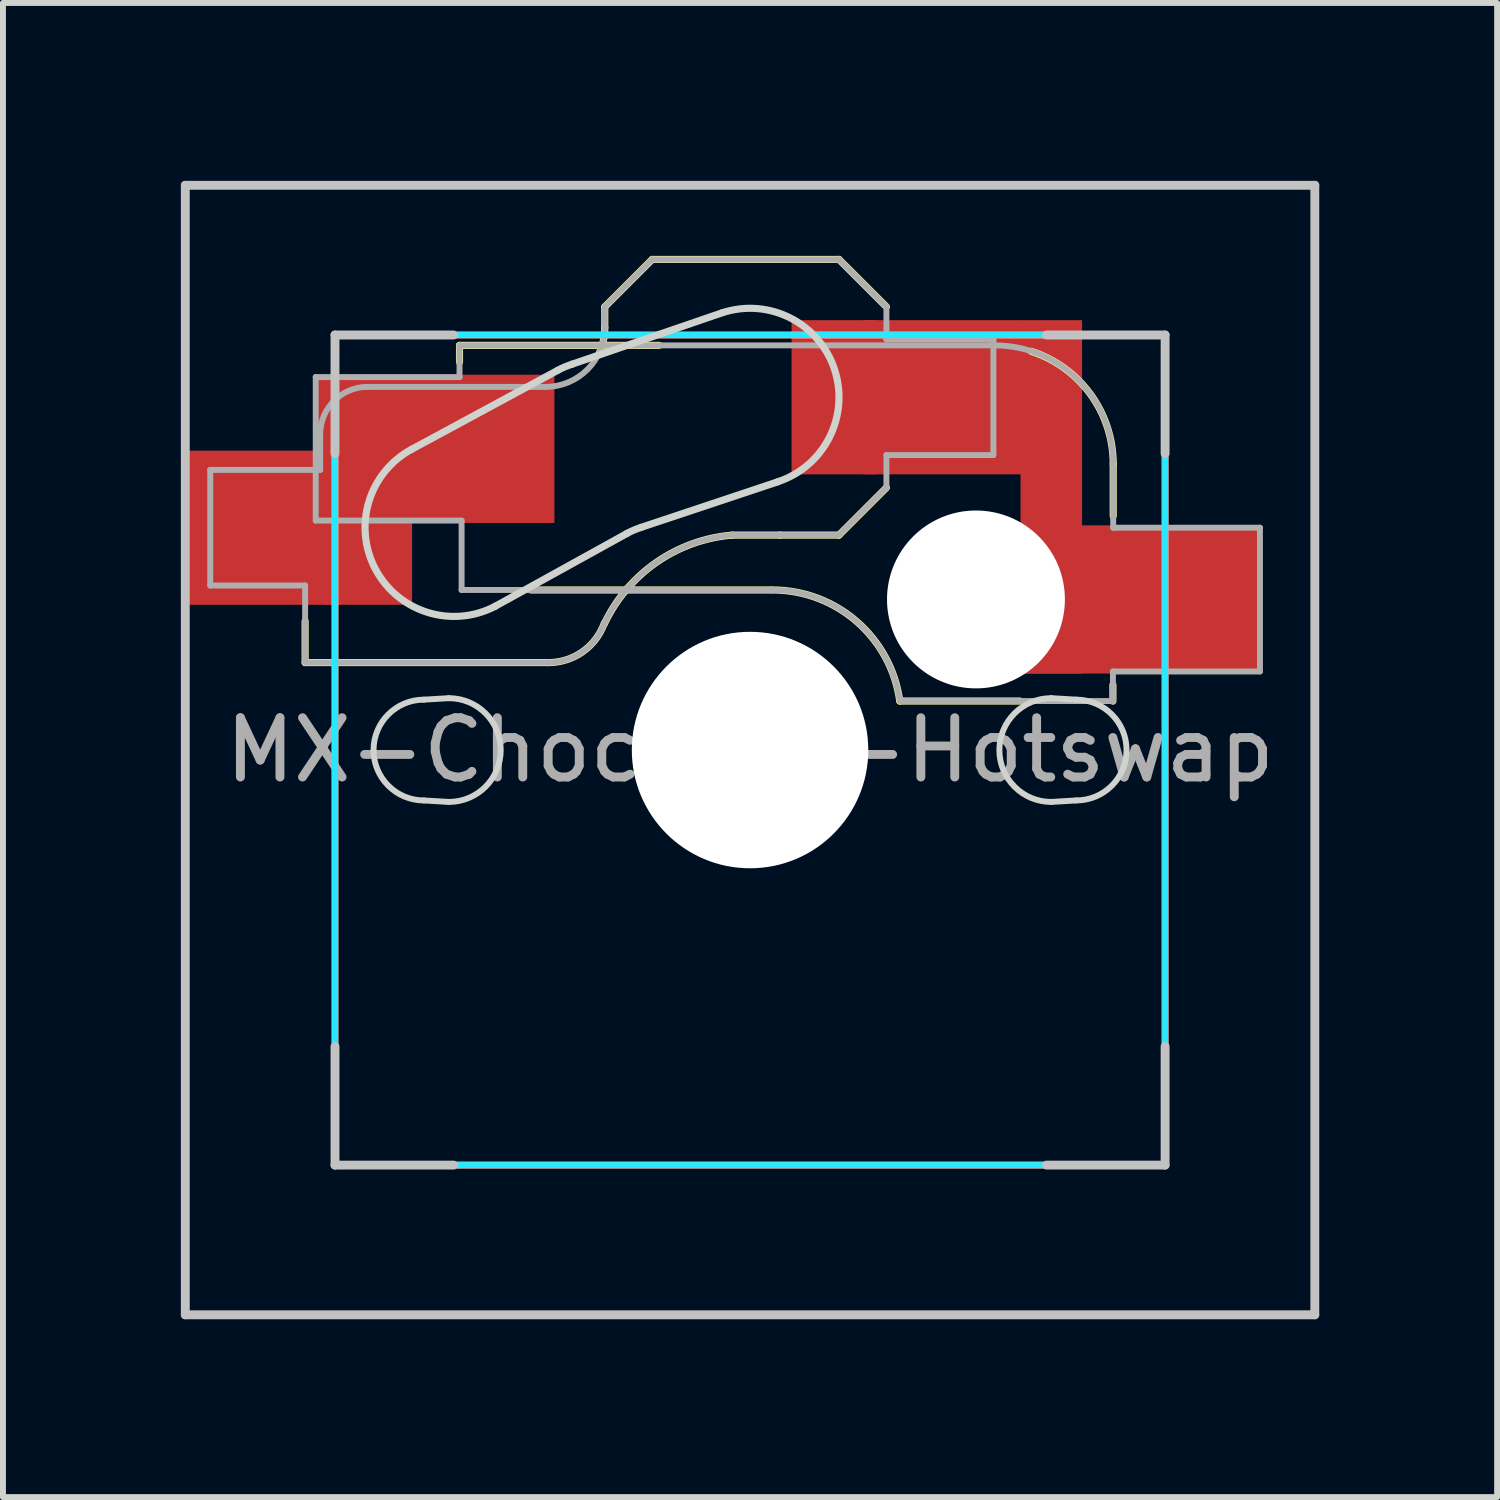
<source format=kicad_pcb>
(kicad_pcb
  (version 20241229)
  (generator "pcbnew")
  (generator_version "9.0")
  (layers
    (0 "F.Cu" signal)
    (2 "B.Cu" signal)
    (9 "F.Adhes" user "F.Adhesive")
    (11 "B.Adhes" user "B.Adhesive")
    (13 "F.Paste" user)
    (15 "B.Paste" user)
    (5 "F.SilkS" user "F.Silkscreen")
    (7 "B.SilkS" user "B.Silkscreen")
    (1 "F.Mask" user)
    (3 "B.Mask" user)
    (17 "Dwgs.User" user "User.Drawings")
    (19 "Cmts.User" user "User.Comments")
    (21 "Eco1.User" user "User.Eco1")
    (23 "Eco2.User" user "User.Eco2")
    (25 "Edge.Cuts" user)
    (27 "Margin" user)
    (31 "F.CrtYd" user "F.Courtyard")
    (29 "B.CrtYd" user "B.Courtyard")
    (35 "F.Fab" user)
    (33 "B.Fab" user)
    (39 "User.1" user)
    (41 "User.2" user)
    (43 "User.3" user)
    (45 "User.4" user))
  (footprint "MX-Choc-1U-Hotswap"
    (layer "F.Cu")
    (at 9.6 9.6)
    (property "Reference" "MX-Choc-1U-Hotswap" (at 0 0 0) (layer "F.Fab") (effects (font (size 1 1) (thickness 0.15))))
    (attr smd)
    (fp_line (start -7.504 -1.475) (end -7.504 -2.175) (stroke (width 0.12) (type solid)) (layer "F.SilkS"))
    (fp_line (start -7.504 -1.475) (end -3.4 -1.475) (stroke (width 0.12) (type solid)) (layer "F.SilkS"))
    (fp_line (start -4.9 -6.825) (end -4.9 -6.545) (stroke (width 0.12) (type solid)) (layer "F.SilkS"))
    (fp_line (start -3.7 -2.7) (end 0.35 -2.7) (stroke (width 0.12) (type solid)) (layer "F.SilkS"))
    (fp_line (start -2.45 -7.475) (end -2.45 -7.125) (stroke (width 0.12) (type solid)) (layer "F.SilkS"))
    (fp_line (start -2.45 -7.475) (end -1.65 -8.275) (stroke (width 0.12) (type solid)) (layer "F.SilkS"))
    (fp_line (start -1.535 -6.825) (end -4.9 -6.825) (stroke (width 0.12) (type solid)) (layer "F.SilkS"))
    (fp_line (start -0.3 -3.625) (end 0.5 -3.625) (stroke (width 0.12) (type solid)) (layer "F.SilkS"))
    (fp_line (start 1.5 -8.275) (end -1.65 -8.275) (stroke (width 0.12) (type solid)) (layer "F.SilkS"))
    (fp_line (start 1.5 -3.625) (end 0.5 -3.625) (stroke (width 0.12) (type solid)) (layer "F.SilkS"))
    (fp_line (start 1.5 -3.625) (end 2.3 -4.425) (stroke (width 0.12) (type solid)) (layer "F.SilkS"))
    (fp_line (start 2.3 -7.475) (end 1.5 -8.275) (stroke (width 0.12) (type solid)) (layer "F.SilkS"))
    (fp_line (start 2.525 -0.827) (end 4.55 -0.827) (stroke (width 0.12) (type default)) (layer "F.SilkS"))
    (fp_line (start 6.12 -1.1) (end 6.12 -0.825) (stroke (width 0.12) (type solid)) (layer "F.SilkS"))
    (fp_line (start 6.125 -3.95) (end 6.125 -4.825) (stroke (width 0.12) (type solid)) (layer "F.SilkS"))
    (fp_arc (start -2.460307 -2.13298) (mid -2.826423 -1.655848) (end -3.4 -1.475) (stroke (width 0.12) (type solid)) (layer "F.SilkS"))
    (fp_arc (start -2.455444 -2.13293) (mid -1.577272 -3.167235) (end -0.299999 -3.624999) (stroke (width 0.12) (type solid)) (layer "F.SilkS"))
    (fp_arc (start -2.45 -7.125) (mid -2.472936 -6.907711) (end -2.540733 -6.7) (stroke (width 0.12) (type solid)) (layer "F.SilkS"))
    (fp_arc (start 0.375001 -2.7) (mid 1.800996 -2.166219) (end 2.525 -0.826741) (stroke (width 0.12) (type solid)) (layer "F.SilkS"))
    (fp_arc (start 4.742536 -6.724559) (mid 5.742804 -5.999555) (end 6.125 -4.82478) (stroke (width 0.12) (type solid)) (layer "F.SilkS"))
    (fp_rect (start 7 -7) (end -7 7) (stroke (width 0.12) (type solid)) (fill no) (layer "B.SilkS"))
    (fp_line (start -9.525 -9.525) (end -9.525 9.525) (stroke (width 0.15) (type solid)) (layer "Dwgs.User"))
    (fp_line (start -9.525 9.525) (end 9.525 9.525) (stroke (width 0.15) (type solid)) (layer "Dwgs.User"))
    (fp_line (start -7 -7) (end -7 -5) (stroke (width 0.15) (type solid)) (layer "Dwgs.User"))
    (fp_line (start -7 7) (end -7 5) (stroke (width 0.15) (type solid)) (layer "Dwgs.User"))
    (fp_line (start -5 -7) (end -7 -7) (stroke (width 0.15) (type solid)) (layer "Dwgs.User"))
    (fp_line (start -5 7) (end -7 7) (stroke (width 0.15) (type solid)) (layer "Dwgs.User"))
    (fp_line (start 5 -7) (end 7 -7) (stroke (width 0.15) (type solid)) (layer "Dwgs.User"))
    (fp_line (start 7 -7) (end 7 -5) (stroke (width 0.15) (type solid)) (layer "Dwgs.User"))
    (fp_line (start 7 5) (end 7 7) (stroke (width 0.15) (type solid)) (layer "Dwgs.User"))
    (fp_line (start 7 7) (end 5 7) (stroke (width 0.15) (type solid)) (layer "Dwgs.User"))
    (fp_line (start 9.525 -9.525) (end -9.525 -9.525) (stroke (width 0.15) (type solid)) (layer "Dwgs.User"))
    (fp_line (start 9.525 9.525) (end 9.525 -9.525) (stroke (width 0.15) (type solid)) (layer "Dwgs.User"))
    (fp_line (start -5.5 -0.85) (end -5.08 -0.875) (stroke (width 0.1) (type default)) (layer "Edge.Cuts"))
    (fp_line (start -5.08 0.875) (end -5.5 0.85) (stroke (width 0.1) (type default)) (layer "Edge.Cuts"))
    (fp_line (start -3.244 -6.404) (end -5.704 -5.074) (stroke (width 0.12) (type default)) (layer "Edge.Cuts"))
    (fp_line (start -2.076 -3.653) (end -4.296 -2.426) (stroke (width 0.12) (type default)) (layer "Edge.Cuts"))
    (fp_line (start -0.464 -7.377) (end -3.004 -6.507) (stroke (width 0.12) (type default)) (layer "Edge.Cuts"))
    (fp_line (start 0.464 -4.523) (end -1.836 -3.756) (stroke (width 0.12) (type default)) (layer "Edge.Cuts"))
    (fp_line (start 5.08 -0.875) (end 5.5 -0.85) (stroke (width 0.1) (type default)) (layer "Edge.Cuts"))
    (fp_line (start 5.5 0.85) (end 5.08 0.875) (stroke (width 0.1) (type default)) (layer "Edge.Cuts"))
    (fp_arc (start -5.5 0.85) (mid -6.35 0) (end -5.5 -0.85) (stroke (width 0.1) (type default)) (layer "Edge.Cuts"))
    (fp_arc (start -5.08 -0.875) (mid -4.205 0) (end -5.08 0.875) (stroke (width 0.1) (type default)) (layer "Edge.Cuts"))
    (fp_arc (start -4.295792 -2.425579) (mid -6.324421 -3.045792) (end -5.704208 -5.074421) (stroke (width 0.12) (type default)) (layer "Edge.Cuts"))
    (fp_arc (start -3.244208 -6.404421) (mid -3.126097 -6.460757) (end -3.003526 -6.506585) (stroke (width 0.12) (type default)) (layer "Edge.Cuts"))
    (fp_arc (start -2.076474 -3.653414) (mid -1.958363 -3.70975) (end -1.835792 -3.755578) (stroke (width 0.12) (type default)) (layer "Edge.Cuts"))
    (fp_arc (start -0.463533 -7.37658) (mid 1.42658 -6.413533) (end 0.463533 -4.52342) (stroke (width 0.12) (type default)) (layer "Edge.Cuts"))
    (fp_arc (start 5.08 0.875) (mid 4.205 0) (end 5.08 -0.875) (stroke (width 0.1) (type default)) (layer "Edge.Cuts"))
    (fp_arc (start 5.5 -0.85) (mid 6.35 0) (end 5.5 0.85) (stroke (width 0.1) (type default)) (layer "Edge.Cuts"))
    (fp_rect (start 7 -7) (end -7 7) (stroke (width 0.1) (type solid)) (fill no) (layer "B.CrtYd"))
    (fp_line (start -9.104 -4.725) (end -9.104 -2.775) (stroke (width 0.1) (type solid)) (layer "F.Fab"))
    (fp_line (start -9.104 -2.775) (end -7.504 -2.775) (stroke (width 0.1) (type solid)) (layer "F.Fab"))
    (fp_line (start -7.504 -2.175) (end -7.504 -2.775) (stroke (width 0.1) (type solid)) (layer "F.Fab"))
    (fp_line (start -7.504 -1.475) (end -7.504 -2.175) (stroke (width 0.1) (type solid)) (layer "F.Fab"))
    (fp_line (start -7.504 -1.475) (end -3.4 -1.475) (stroke (width 0.1) (type solid)) (layer "F.Fab"))
    (fp_line (start -7.325 -6.29) (end -4.9 -6.29) (stroke (width 0.1) (type solid)) (layer "F.Fab"))
    (fp_line (start -7.325 -3.87) (end -7.325 -6.29) (stroke (width 0.1) (type solid)) (layer "F.Fab"))
    (fp_line (start -7.25 -5.325) (end -7.25 -4.725) (stroke (width 0.1) (type solid)) (layer "F.Fab"))
    (fp_line (start -7.25 -4.725) (end -9.104 -4.725) (stroke (width 0.1) (type solid)) (layer "F.Fab"))
    (fp_line (start -4.9 -6.825) (end -4.9 -6.29) (stroke (width 0.1) (type solid)) (layer "F.Fab"))
    (fp_line (start -4.865 -3.87) (end -7.325 -3.87) (stroke (width 0.1) (type solid)) (layer "F.Fab"))
    (fp_line (start -4.865 -3.87) (end -4.865 -2.7) (stroke (width 0.1) (type solid)) (layer "F.Fab"))
    (fp_line (start -4.865 -2.7) (end 0.35 -2.7) (stroke (width 0.1) (type solid)) (layer "F.Fab"))
    (fp_line (start -3.45 -6.125) (end -6.45 -6.125) (stroke (width 0.1) (type solid)) (layer "F.Fab"))
    (fp_line (start -2.45 -7.475) (end -2.45 -7.125) (stroke (width 0.1) (type solid)) (layer "F.Fab"))
    (fp_line (start -2.45 -7.475) (end -1.65 -8.275) (stroke (width 0.1) (type solid)) (layer "F.Fab"))
    (fp_line (start 1.5 -8.275) (end -1.65 -8.275) (stroke (width 0.1) (type solid)) (layer "F.Fab"))
    (fp_line (start 1.5 -3.625) (end -0.3 -3.625) (stroke (width 0.1) (type solid)) (layer "F.Fab"))
    (fp_line (start 1.5 -3.625) (end 2.3 -4.425) (stroke (width 0.1) (type solid)) (layer "F.Fab"))
    (fp_line (start 2.3 -7.475) (end 1.5 -8.275) (stroke (width 0.1) (type solid)) (layer "F.Fab"))
    (fp_line (start 2.3 -7.475) (end 2.3 -6.925) (stroke (width 0.1) (type solid)) (layer "F.Fab"))
    (fp_line (start 2.3 -4.975) (end 2.3 -4.425) (stroke (width 0.1) (type solid)) (layer "F.Fab"))
    (fp_line (start 4.085 -6.825) (end -4.9 -6.825) (stroke (width 0.1) (type solid)) (layer "F.Fab"))
    (fp_line (start 4.104 -6.925) (end 2.3 -6.925) (stroke (width 0.1) (type solid)) (layer "F.Fab"))
    (fp_line (start 4.104 -4.975) (end 2.3 -4.975) (stroke (width 0.1) (type solid)) (layer "F.Fab"))
    (fp_line (start 4.104 -4.975) (end 4.104 -6.925) (stroke (width 0.1) (type solid)) (layer "F.Fab"))
    (fp_line (start 6.12 -1.325) (end 6.12 -0.827) (stroke (width 0.1) (type solid)) (layer "F.Fab"))
    (fp_line (start 6.12 -0.827) (end 2.525 -0.827) (stroke (width 0.1) (type solid)) (layer "F.Fab"))
    (fp_line (start 6.125 -3.75) (end 6.125 -4.825) (stroke (width 0.1) (type solid)) (layer "F.Fab"))
    (fp_line (start 6.125 -3.75) (end 8.6 -3.75) (stroke (width 0.1) (type solid)) (layer "F.Fab"))
    (fp_line (start 8.6 -3.75) (end 8.6 -1.325) (stroke (width 0.1) (type solid)) (layer "F.Fab"))
    (fp_line (start 8.6 -1.325) (end 6.12 -1.325) (stroke (width 0.1) (type solid)) (layer "F.Fab"))
    (fp_arc (start -7.25 -5.325) (mid -7.015685 -5.890685) (end -6.45 -6.125) (stroke (width 0.1) (type solid)) (layer "F.Fab"))
    (fp_arc (start -2.460307 -2.13298) (mid -2.826423 -1.655848) (end -3.4 -1.475) (stroke (width 0.1) (type solid)) (layer "F.Fab"))
    (fp_arc (start -2.455444 -2.13293) (mid -1.577272 -3.167235) (end -0.299999 -3.624999) (stroke (width 0.1) (type solid)) (layer "F.Fab"))
    (fp_arc (start -2.45 -7.125) (mid -2.742893 -6.417893) (end -3.45 -6.125) (stroke (width 0.1) (type solid)) (layer "F.Fab"))
    (fp_arc (start 0.375001 -2.7) (mid 1.800996 -2.166219) (end 2.525 -0.826741) (stroke (width 0.1) (type solid)) (layer "F.Fab"))
    (fp_arc (start 4.125 -6.82478) (mid 5.539213 -6.238994) (end 6.125 -4.82478) (stroke (width 0.1) (type solid)) (layer "F.Fab"))
    (pad "" np_thru_hole circle (at 0 0 180) (size 3.988 3.988) (drill 3.988) (layers "*.Cu" "*.Mask"))
    (pad "" np_thru_hole circle (at 3.81 -2.54) (size 3 3) (drill 3) (layers "*.Cu" "*.Mask"))
    (pad "1" smd rect (at 1.425 -5.95) (size 1.45 2.6) (layers "F.Cu"))
    (pad "1" smd rect (at 3.245 -5.95 180) (size 2.65 2.6) (layers "F.Cu" "F.Mask" "F.Paste"))
    (pad "1" smd rect (at 5.081 -4.27) (size 1.038 5.96) (layers "F.Cu"))
    (pad "1" smd rect (at 5.53 -2.54 180) (size 1.86 2.5) (layers "F.Cu"))
    (pad "1" smd rect (at 7.36 -2.54) (size 2.55 2.5) (layers "F.Cu" "F.Mask" "F.Paste"))
    (pad "2" smd rect (at -8.245 -3.75 180) (size 2.65 2.6) (layers "F.Cu" "F.Mask" "F.Paste"))
    (pad "2" smd rect (at -6.425 -3.75 180) (size 1.45 2.6) (layers "F.Cu"))
    (pad "2" smd rect (at -6.09 -5.08) (size 2.55 2.5) (layers "F.Cu" "F.Mask" "F.Paste"))
    (pad "2" smd rect (at -4.232 -5.08) (size 1.865 2.5) (layers "F.Cu")))
  (gr_rect
    (start -3 -3)
    (end 22.2 22.2)
    (stroke (width 0.1) (type default))
    (fill no)
    (layer "Edge.Cuts")))
</source>
